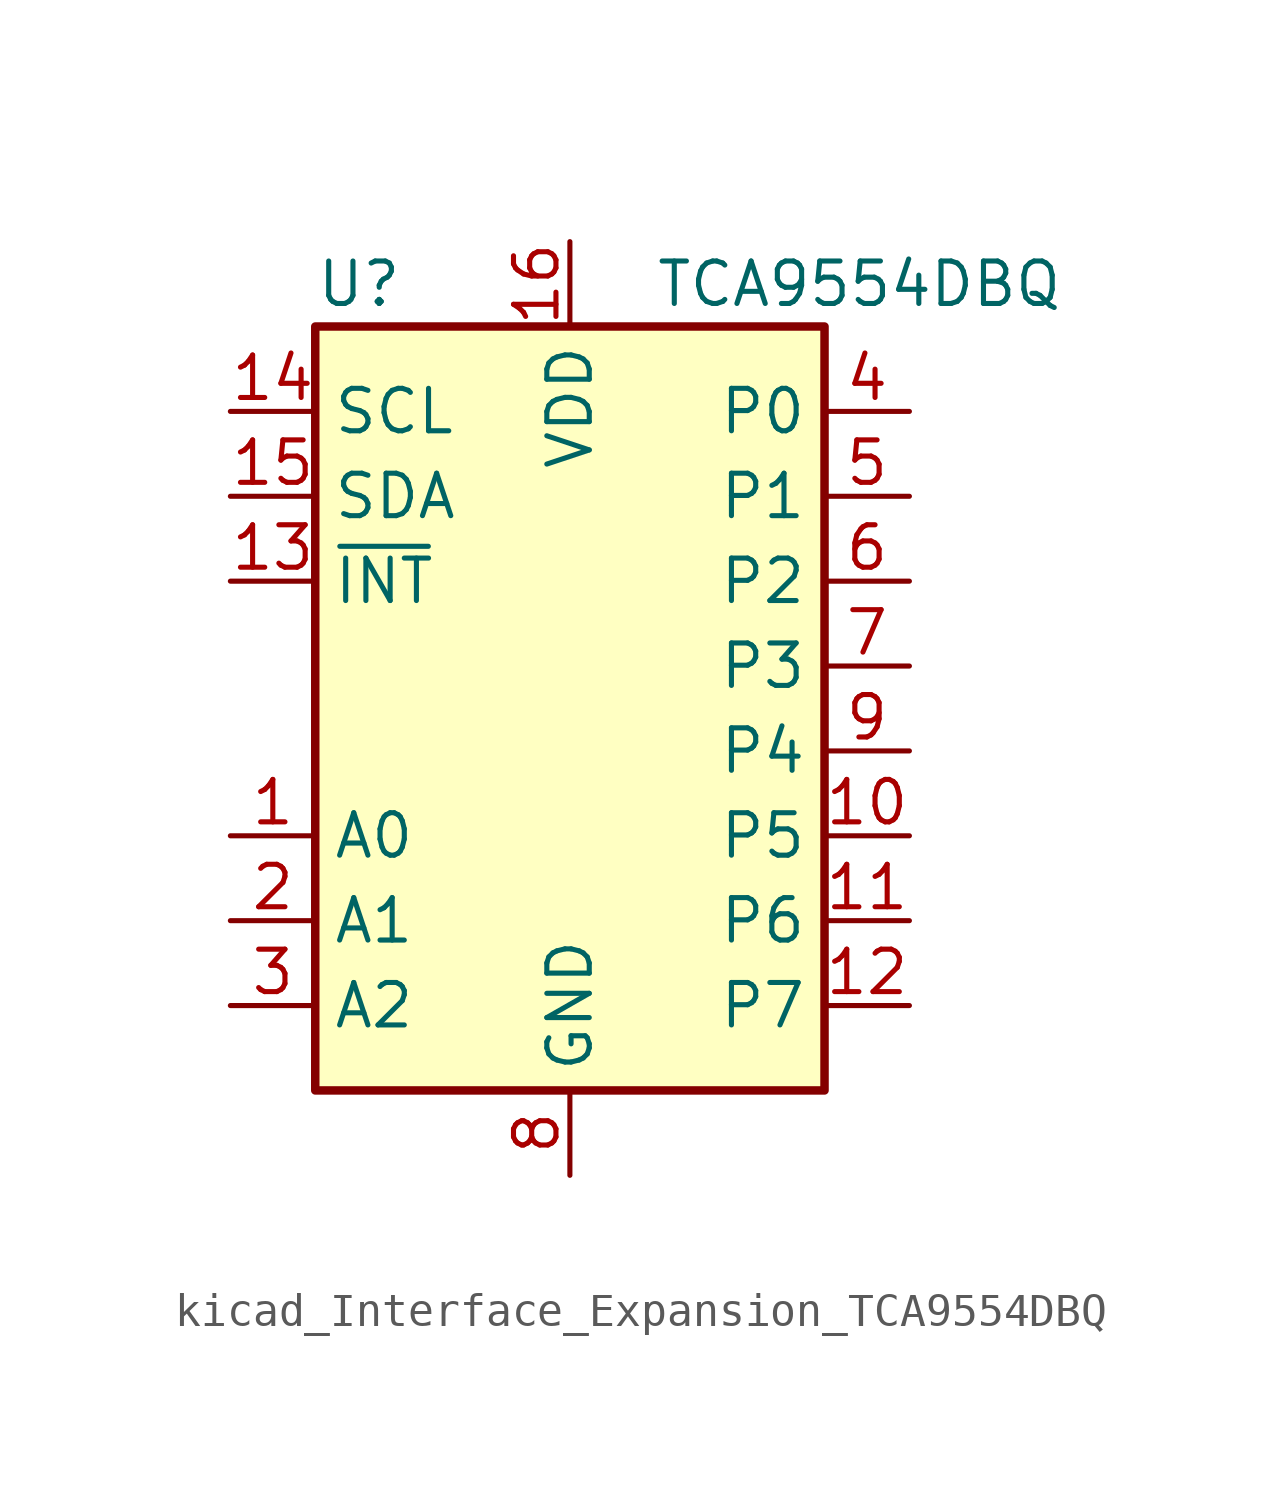
<source format=kicad_sym>
(kicad_symbol_lib
  (version 20220914)
  (generator kicad_symbol_editor)
  (symbol "kicad_Interface_Expansion_TCA9554DBQ"
    (property "Reference" "U"
      (at -7.62 11.43 0)
      (effects (font (size 1.27 1.27)) (justify left)))
    (property "Value" "TCA9554DBQ"
      (at 2.54 11.43 0)
      (effects (font (size 1.27 1.27)) (justify left)))
    (symbol "kicad_Interface_Expansion_TCA9554DBQ_0_1"
      (rectangle (start -7.62 -12.7) (end 7.62 10.16) (stroke (width 0.254) (type default)) (fill (type background))))
    (symbol "kicad_Interface_Expansion_TCA9554DBQ_1_1"
      (pin input line (at -10.16 -5.08 0) (length 2.54) (name "A0" (effects (font (size 1.27 1.27)))) (number "1" (effects (font (size 1.27 1.27)))))
      (pin bidirectional line (at 10.16 -5.08 180) (length 2.54) (name "P5" (effects (font (size 1.27 1.27)))) (number "10" (effects (font (size 1.27 1.27)))))
      (pin bidirectional line (at 10.16 -7.62 180) (length 2.54) (name "P6" (effects (font (size 1.27 1.27)))) (number "11" (effects (font (size 1.27 1.27)))))
      (pin bidirectional line (at 10.16 -10.16 180) (length 2.54) (name "P7" (effects (font (size 1.27 1.27)))) (number "12" (effects (font (size 1.27 1.27)))))
      (pin open_collector line (at -10.16 2.54 0) (length 2.54) (name "~{INT}" (effects (font (size 1.27 1.27)))) (number "13" (effects (font (size 1.27 1.27)))))
      (pin input line (at -10.16 7.62 0) (length 2.54) (name "SCL" (effects (font (size 1.27 1.27)))) (number "14" (effects (font (size 1.27 1.27)))))
      (pin bidirectional line (at -10.16 5.08 0) (length 2.54) (name "SDA" (effects (font (size 1.27 1.27)))) (number "15" (effects (font (size 1.27 1.27)))))
      (pin power_in line (at 0 12.7 270) (length 2.54) (name "VDD" (effects (font (size 1.27 1.27)))) (number "16" (effects (font (size 1.27 1.27)))))
      (pin input line (at -10.16 -7.62 0) (length 2.54) (name "A1" (effects (font (size 1.27 1.27)))) (number "2" (effects (font (size 1.27 1.27)))))
      (pin input line (at -10.16 -10.16 0) (length 2.54) (name "A2" (effects (font (size 1.27 1.27)))) (number "3" (effects (font (size 1.27 1.27)))))
      (pin bidirectional line (at 10.16 7.62 180) (length 2.54) (name "P0" (effects (font (size 1.27 1.27)))) (number "4" (effects (font (size 1.27 1.27)))))
      (pin bidirectional line (at 10.16 5.08 180) (length 2.54) (name "P1" (effects (font (size 1.27 1.27)))) (number "5" (effects (font (size 1.27 1.27)))))
      (pin bidirectional line (at 10.16 2.54 180) (length 2.54) (name "P2" (effects (font (size 1.27 1.27)))) (number "6" (effects (font (size 1.27 1.27)))))
      (pin bidirectional line (at 10.16 0 180) (length 2.54) (name "P3" (effects (font (size 1.27 1.27)))) (number "7" (effects (font (size 1.27 1.27)))))
      (pin power_in line (at 0 -15.24 90) (length 2.54) (name "GND" (effects (font (size 1.27 1.27)))) (number "8" (effects (font (size 1.27 1.27)))))
      (pin bidirectional line (at 10.16 -2.54 180) (length 2.54) (name "P4" (effects (font (size 1.27 1.27)))) (number "9" (effects (font (size 1.27 1.27))))))))
</source>
